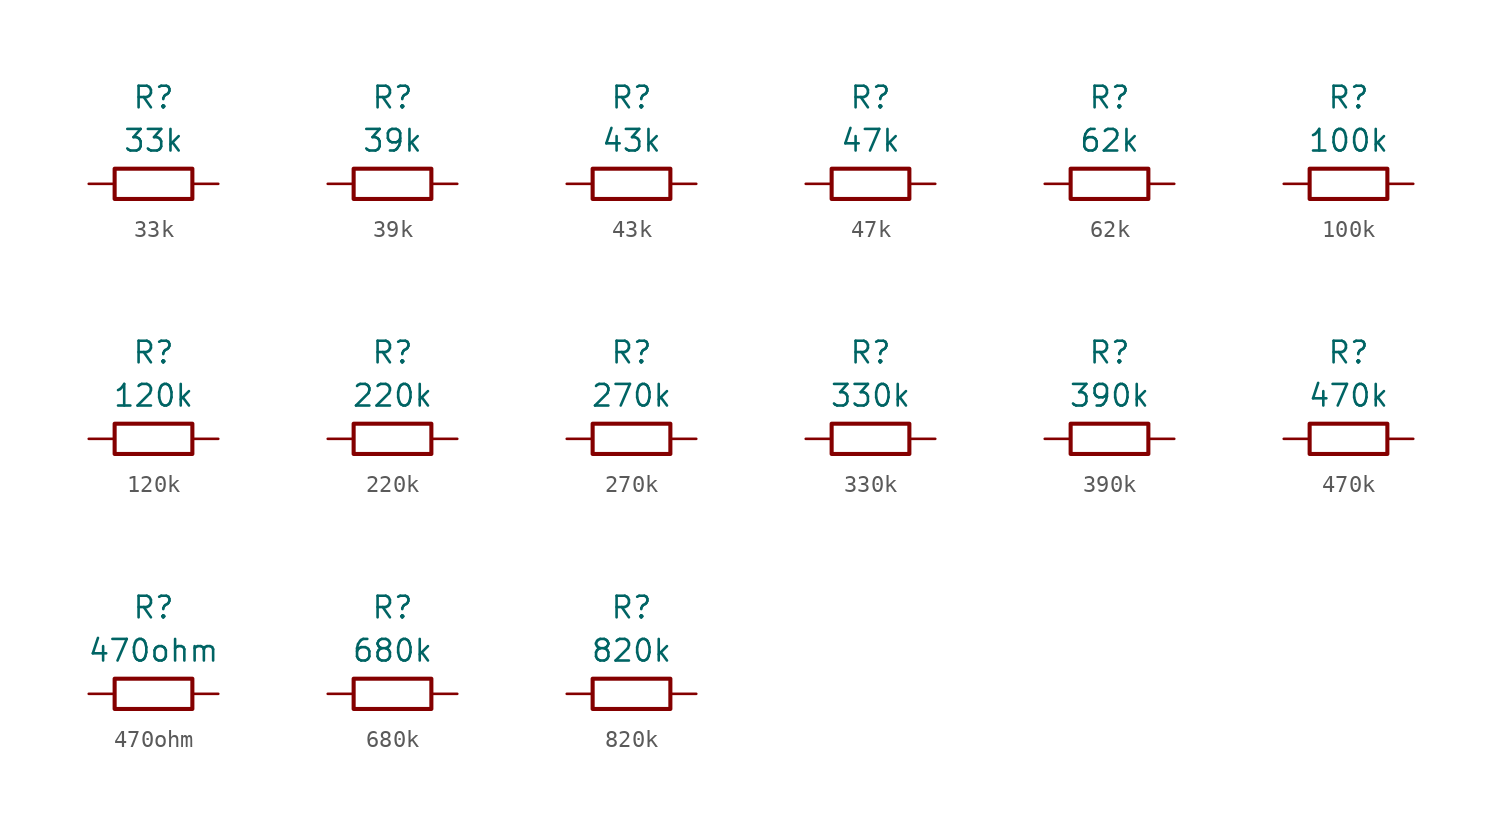
<source format=kicad_sym>
(kicad_symbol_lib
  (version 20220914)
  (generator kicad_symbol_editor)
  (symbol "33k"
    (property "Reference" "R"
      (at 0 5.08 0)
      (effects (font (size 1.27 1.27))))
    (property "Value" "33k"
      (at 0 2.54 0)
      (effects (font (size 1.27 1.27))))
    (symbol "33k_0_1"
      (rectangle (start -2.286 0.889) (end 2.286 -0.889) (stroke (width 0.24) (type default)) (fill (type none))))
    (symbol "33k_1_1"
      (pin passive line (at -3.81 0 0) (length 1.5) (name "" (effects (font (size 1.27 1.27)))) (number "1" (effects (font (size 0 0)))))
      (pin passive line (at 3.81 0 180) (length 1.5) (name "~" (effects (font (size 1.27 1.27)))) (number "2" (effects (font (size 0 0)))))))
  (symbol "39k"
    (property "Reference" "R"
      (at 0 5.08 0)
      (effects (font (size 1.27 1.27))))
    (property "Value" "39k"
      (at 0 2.54 0)
      (effects (font (size 1.27 1.27))))
    (symbol "39k_0_1"
      (rectangle (start -2.286 0.889) (end 2.286 -0.889) (stroke (width 0.24) (type default)) (fill (type none))))
    (symbol "39k_1_1"
      (pin passive line (at -3.81 0 0) (length 1.5) (name "" (effects (font (size 1.27 1.27)))) (number "1" (effects (font (size 0 0)))))
      (pin passive line (at 3.81 0 180) (length 1.5) (name "~" (effects (font (size 1.27 1.27)))) (number "2" (effects (font (size 0 0)))))))
  (symbol "43k"
    (property "Reference" "R"
      (at 0 5.08 0)
      (effects (font (size 1.27 1.27))))
    (property "Value" "43k"
      (at 0 2.54 0)
      (effects (font (size 1.27 1.27))))
    (symbol "43k_0_1"
      (rectangle (start -2.286 0.889) (end 2.286 -0.889) (stroke (width 0.24) (type default)) (fill (type none))))
    (symbol "43k_1_1"
      (pin passive line (at -3.81 0 0) (length 1.5) (name "" (effects (font (size 1.27 1.27)))) (number "1" (effects (font (size 0 0)))))
      (pin passive line (at 3.81 0 180) (length 1.5) (name "~" (effects (font (size 1.27 1.27)))) (number "2" (effects (font (size 0 0)))))))
  (symbol "47k"
    (property "Reference" "R"
      (at 0 5.08 0)
      (effects (font (size 1.27 1.27))))
    (property "Value" "47k"
      (at 0 2.54 0)
      (effects (font (size 1.27 1.27))))
    (symbol "47k_0_1"
      (rectangle (start -2.286 0.889) (end 2.286 -0.889) (stroke (width 0.24) (type default)) (fill (type none))))
    (symbol "47k_1_1"
      (pin passive line (at -3.81 0 0) (length 1.5) (name "" (effects (font (size 1.27 1.27)))) (number "1" (effects (font (size 0 0)))))
      (pin passive line (at 3.81 0 180) (length 1.5) (name "~" (effects (font (size 1.27 1.27)))) (number "2" (effects (font (size 0 0)))))))
  (symbol "62k"
    (property "Reference" "R"
      (at 0 5.08 0)
      (effects (font (size 1.27 1.27))))
    (property "Value" "62k"
      (at 0 2.54 0)
      (effects (font (size 1.27 1.27))))
    (symbol "62k_0_1"
      (rectangle (start -2.286 0.889) (end 2.286 -0.889) (stroke (width 0.24) (type default)) (fill (type none))))
    (symbol "62k_1_1"
      (pin passive line (at -3.81 0 0) (length 1.5) (name "" (effects (font (size 1.27 1.27)))) (number "1" (effects (font (size 0 0)))))
      (pin passive line (at 3.81 0 180) (length 1.5) (name "~" (effects (font (size 1.27 1.27)))) (number "2" (effects (font (size 0 0)))))))
  (symbol "100k"
    (property "Reference" "R"
      (at 0 5.08 0)
      (effects (font (size 1.27 1.27))))
    (property "Value" "100k"
      (at 0 2.54 0)
      (effects (font (size 1.27 1.27))))
    (symbol "100k_0_1"
      (rectangle (start -2.286 0.889) (end 2.286 -0.889) (stroke (width 0.24) (type default)) (fill (type none))))
    (symbol "100k_1_1"
      (pin passive line (at -3.81 0 0) (length 1.5) (name "" (effects (font (size 1.27 1.27)))) (number "1" (effects (font (size 0 0)))))
      (pin passive line (at 3.81 0 180) (length 1.5) (name "~" (effects (font (size 1.27 1.27)))) (number "2" (effects (font (size 0 0)))))))
  (symbol "120k"
    (property "Reference" "R"
      (at 0 5.08 0)
      (effects (font (size 1.27 1.27))))
    (property "Value" "120k"
      (at 0 2.54 0)
      (effects (font (size 1.27 1.27))))
    (symbol "120k_0_1"
      (rectangle (start -2.286 0.889) (end 2.286 -0.889) (stroke (width 0.24) (type default)) (fill (type none))))
    (symbol "120k_1_1"
      (pin passive line (at -3.81 0 0) (length 1.5) (name "" (effects (font (size 1.27 1.27)))) (number "1" (effects (font (size 0 0)))))
      (pin passive line (at 3.81 0 180) (length 1.5) (name "~" (effects (font (size 1.27 1.27)))) (number "2" (effects (font (size 0 0)))))))
  (symbol "220k"
    (property "Reference" "R"
      (at 0 5.08 0)
      (effects (font (size 1.27 1.27))))
    (property "Value" "220k"
      (at 0 2.54 0)
      (effects (font (size 1.27 1.27))))
    (symbol "220k_0_1"
      (rectangle (start -2.286 0.889) (end 2.286 -0.889) (stroke (width 0.24) (type default)) (fill (type none))))
    (symbol "220k_1_1"
      (pin passive line (at -3.81 0 0) (length 1.5) (name "" (effects (font (size 1.27 1.27)))) (number "1" (effects (font (size 0 0)))))
      (pin passive line (at 3.81 0 180) (length 1.5) (name "~" (effects (font (size 1.27 1.27)))) (number "2" (effects (font (size 0 0)))))))
  (symbol "270k"
    (property "Reference" "R"
      (at 0 5.08 0)
      (effects (font (size 1.27 1.27))))
    (property "Value" "270k"
      (at 0 2.54 0)
      (effects (font (size 1.27 1.27))))
    (symbol "270k_0_1"
      (rectangle (start -2.286 0.889) (end 2.286 -0.889) (stroke (width 0.24) (type default)) (fill (type none))))
    (symbol "270k_1_1"
      (pin passive line (at -3.81 0 0) (length 1.5) (name "" (effects (font (size 1.27 1.27)))) (number "1" (effects (font (size 0 0)))))
      (pin passive line (at 3.81 0 180) (length 1.5) (name "~" (effects (font (size 1.27 1.27)))) (number "2" (effects (font (size 0 0)))))))
  (symbol "330k"
    (property "Reference" "R"
      (at 0 5.08 0)
      (effects (font (size 1.27 1.27))))
    (property "Value" "330k"
      (at 0 2.54 0)
      (effects (font (size 1.27 1.27))))
    (symbol "330k_0_1"
      (rectangle (start -2.286 0.889) (end 2.286 -0.889) (stroke (width 0.24) (type default)) (fill (type none))))
    (symbol "330k_1_1"
      (pin passive line (at -3.81 0 0) (length 1.5) (name "" (effects (font (size 1.27 1.27)))) (number "1" (effects (font (size 0 0)))))
      (pin passive line (at 3.81 0 180) (length 1.5) (name "~" (effects (font (size 1.27 1.27)))) (number "2" (effects (font (size 0 0)))))))
  (symbol "390k"
    (property "Reference" "R"
      (at 0 5.08 0)
      (effects (font (size 1.27 1.27))))
    (property "Value" "390k"
      (at 0 2.54 0)
      (effects (font (size 1.27 1.27))))
    (symbol "390k_0_1"
      (rectangle (start -2.286 0.889) (end 2.286 -0.889) (stroke (width 0.24) (type default)) (fill (type none))))
    (symbol "390k_1_1"
      (pin passive line (at -3.81 0 0) (length 1.5) (name "" (effects (font (size 1.27 1.27)))) (number "1" (effects (font (size 0 0)))))
      (pin passive line (at 3.81 0 180) (length 1.5) (name "~" (effects (font (size 1.27 1.27)))) (number "2" (effects (font (size 0 0)))))))
  (symbol "470k"
    (property "Reference" "R"
      (at 0 5.08 0)
      (effects (font (size 1.27 1.27))))
    (property "Value" "470k"
      (at 0 2.54 0)
      (effects (font (size 1.27 1.27))))
    (symbol "470k_0_1"
      (rectangle (start -2.286 0.889) (end 2.286 -0.889) (stroke (width 0.24) (type default)) (fill (type none))))
    (symbol "470k_1_1"
      (pin passive line (at -3.81 0 0) (length 1.5) (name "" (effects (font (size 1.27 1.27)))) (number "1" (effects (font (size 0 0)))))
      (pin passive line (at 3.81 0 180) (length 1.5) (name "~" (effects (font (size 1.27 1.27)))) (number "2" (effects (font (size 0 0)))))))
  (symbol "470ohm"
    (property "Reference" "R"
      (at 0 5.08 0)
      (effects (font (size 1.27 1.27))))
    (property "Value" "470ohm"
      (at 0 2.54 0)
      (effects (font (size 1.27 1.27))))
    (symbol "470ohm_0_1"
      (rectangle (start -2.286 0.889) (end 2.286 -0.889) (stroke (width 0.24) (type default)) (fill (type none))))
    (symbol "470ohm_1_1"
      (pin passive line (at -3.81 0 0) (length 1.5) (name "" (effects (font (size 1.27 1.27)))) (number "1" (effects (font (size 0 0)))))
      (pin passive line (at 3.81 0 180) (length 1.5) (name "~" (effects (font (size 1.27 1.27)))) (number "2" (effects (font (size 0 0)))))))
  (symbol "680k"
    (property "Reference" "R"
      (at 0 5.08 0)
      (effects (font (size 1.27 1.27))))
    (property "Value" "680k"
      (at 0 2.54 0)
      (effects (font (size 1.27 1.27))))
    (symbol "680k_0_1"
      (rectangle (start -2.286 0.889) (end 2.286 -0.889) (stroke (width 0.24) (type default)) (fill (type none))))
    (symbol "680k_1_1"
      (pin passive line (at -3.81 0 0) (length 1.5) (name "" (effects (font (size 1.27 1.27)))) (number "1" (effects (font (size 0 0)))))
      (pin passive line (at 3.81 0 180) (length 1.5) (name "~" (effects (font (size 1.27 1.27)))) (number "2" (effects (font (size 0 0)))))))
  (symbol "820k"
    (property "Reference" "R"
      (at 0 5.08 0)
      (effects (font (size 1.27 1.27))))
    (property "Value" "820k"
      (at 0 2.54 0)
      (effects (font (size 1.27 1.27))))
    (symbol "820k_0_1"
      (rectangle (start -2.286 0.889) (end 2.286 -0.889) (stroke (width 0.24) (type default)) (fill (type none))))
    (symbol "820k_1_1"
      (pin passive line (at -3.81 0 0) (length 1.5) (name "" (effects (font (size 1.27 1.27)))) (number "1" (effects (font (size 0 0)))))
      (pin passive line (at 3.81 0 180) (length 1.5) (name "~" (effects (font (size 1.27 1.27)))) (number "2" (effects (font (size 0 0))))))))
</source>
